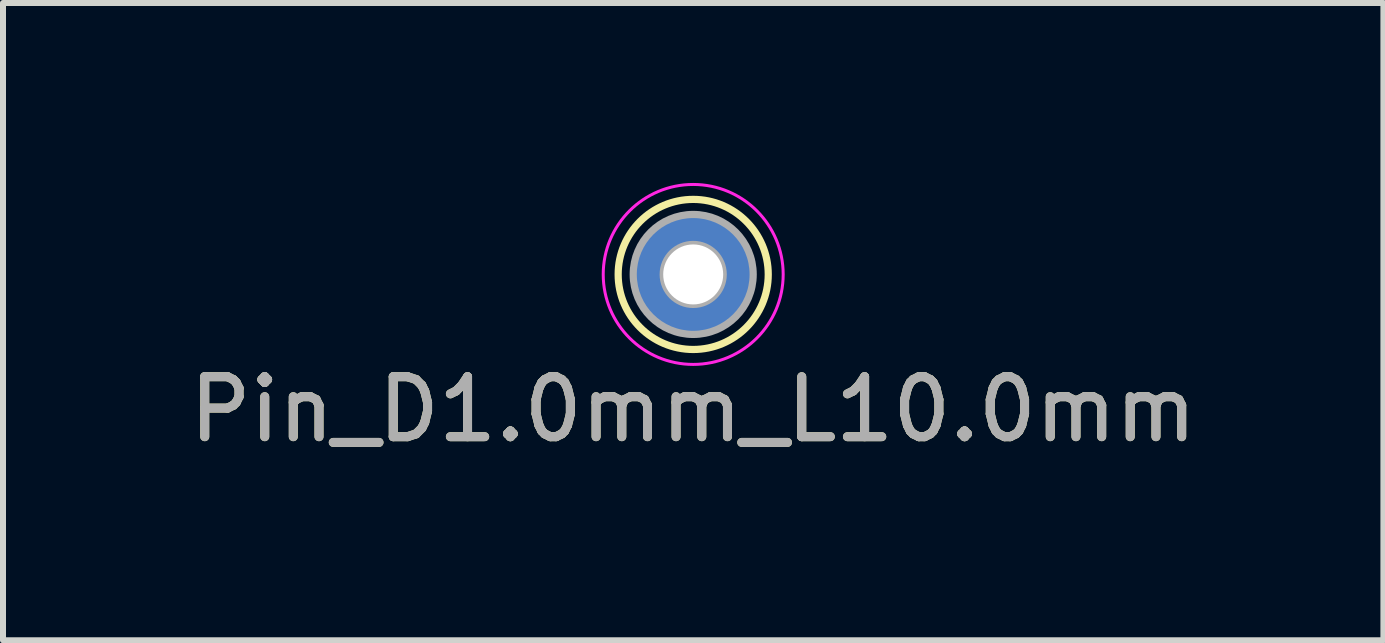
<source format=kicad_pcb>
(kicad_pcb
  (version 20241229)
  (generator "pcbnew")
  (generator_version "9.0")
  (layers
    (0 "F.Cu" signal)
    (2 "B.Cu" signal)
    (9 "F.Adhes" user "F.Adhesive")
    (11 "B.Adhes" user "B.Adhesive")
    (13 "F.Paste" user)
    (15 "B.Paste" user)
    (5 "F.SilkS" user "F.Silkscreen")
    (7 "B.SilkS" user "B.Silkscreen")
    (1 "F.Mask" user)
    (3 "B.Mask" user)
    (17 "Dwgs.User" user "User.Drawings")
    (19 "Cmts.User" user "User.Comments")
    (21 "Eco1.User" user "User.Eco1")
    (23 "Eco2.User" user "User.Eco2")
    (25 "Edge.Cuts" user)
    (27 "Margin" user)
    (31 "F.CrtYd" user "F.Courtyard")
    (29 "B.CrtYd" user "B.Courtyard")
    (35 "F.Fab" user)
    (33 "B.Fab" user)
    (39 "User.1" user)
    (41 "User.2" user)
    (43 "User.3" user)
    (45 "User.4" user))
  (footprint "Pin_D1.0mm_L10.0mm"
    (layer "F.Cu")
    (at 8.506 1.525)
    (property "Reference" "Pin_D1.0mm_L10.0mm" (at 0 2.25 0) (layer "F.SilkS") (effects (font (size 1 1) (thickness 0.15))))
    (attr through_hole)
    (fp_circle (center 0 0) (end 1.25 0.05) (stroke (width 0.12) (type solid)) (fill no) (layer "F.SilkS"))
    (fp_circle (center 0 0) (end 1.5 0) (stroke (width 0.05) (type solid)) (fill no) (layer "F.CrtYd"))
    (fp_circle (center 0 0) (end 0.5 0) (stroke (width 0.12) (type solid)) (fill no) (layer "F.Fab"))
    (fp_circle (center 0 0) (end 1 0) (stroke (width 0.12) (type solid)) (fill no) (layer "F.Fab"))
    (fp_text user "${REFERENCE}" (at 0 2.25 0) (layer "F.Fab") (effects (font (size 1 1) (thickness 0.15))))
    (pad "1" thru_hole circle (at 0 0) (size 2 2) (drill 1) (layers "*.Cu" "*.Mask")))
  (gr_rect
    (start -3 -3)
    (end 20.012 7.623)
    (stroke (width 0.1) (type default))
    (fill no)
    (layer "Edge.Cuts")))
</source>
